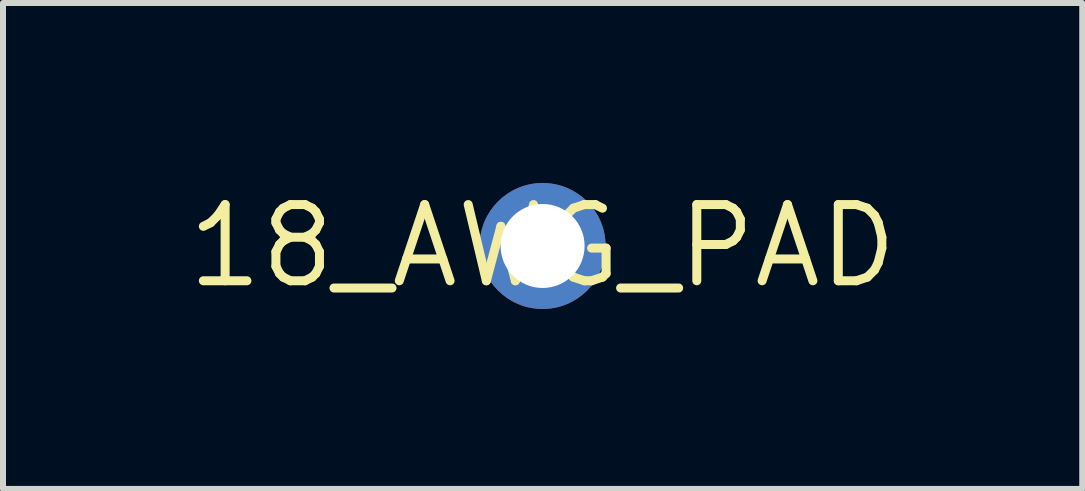
<source format=kicad_pcb>
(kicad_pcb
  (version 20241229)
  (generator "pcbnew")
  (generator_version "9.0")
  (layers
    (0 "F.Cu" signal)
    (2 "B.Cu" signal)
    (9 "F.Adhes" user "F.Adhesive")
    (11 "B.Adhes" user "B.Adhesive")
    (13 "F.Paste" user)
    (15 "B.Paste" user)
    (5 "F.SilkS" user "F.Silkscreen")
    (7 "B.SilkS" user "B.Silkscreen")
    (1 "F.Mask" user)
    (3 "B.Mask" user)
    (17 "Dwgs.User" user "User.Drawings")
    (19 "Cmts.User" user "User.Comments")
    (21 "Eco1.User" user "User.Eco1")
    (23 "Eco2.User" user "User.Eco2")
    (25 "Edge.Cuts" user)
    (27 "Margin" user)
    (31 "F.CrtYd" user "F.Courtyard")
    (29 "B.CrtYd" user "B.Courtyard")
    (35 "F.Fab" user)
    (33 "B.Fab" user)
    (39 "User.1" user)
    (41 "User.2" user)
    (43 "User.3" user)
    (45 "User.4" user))
  (footprint "18_AWG_PAD"
    (layer "F.Cu")
    (at 5.994 1.05)
    (property "Reference" "18_AWG_PAD" (at 0 0 0) (layer "F.SilkS") (effects (font (size 1.27 1.27) (thickness 0.15))))
    (attr through_hole)
    (pad "P$1" thru_hole circle (at 0 0) (size 2.1 2.1) (drill 1.4) (layers "*.Cu" "*.Mask")))
  (gr_rect
    (start -3 -3)
    (end 14.989 5.1)
    (stroke (width 0.1) (type default))
    (fill no)
    (layer "Edge.Cuts")))
</source>
